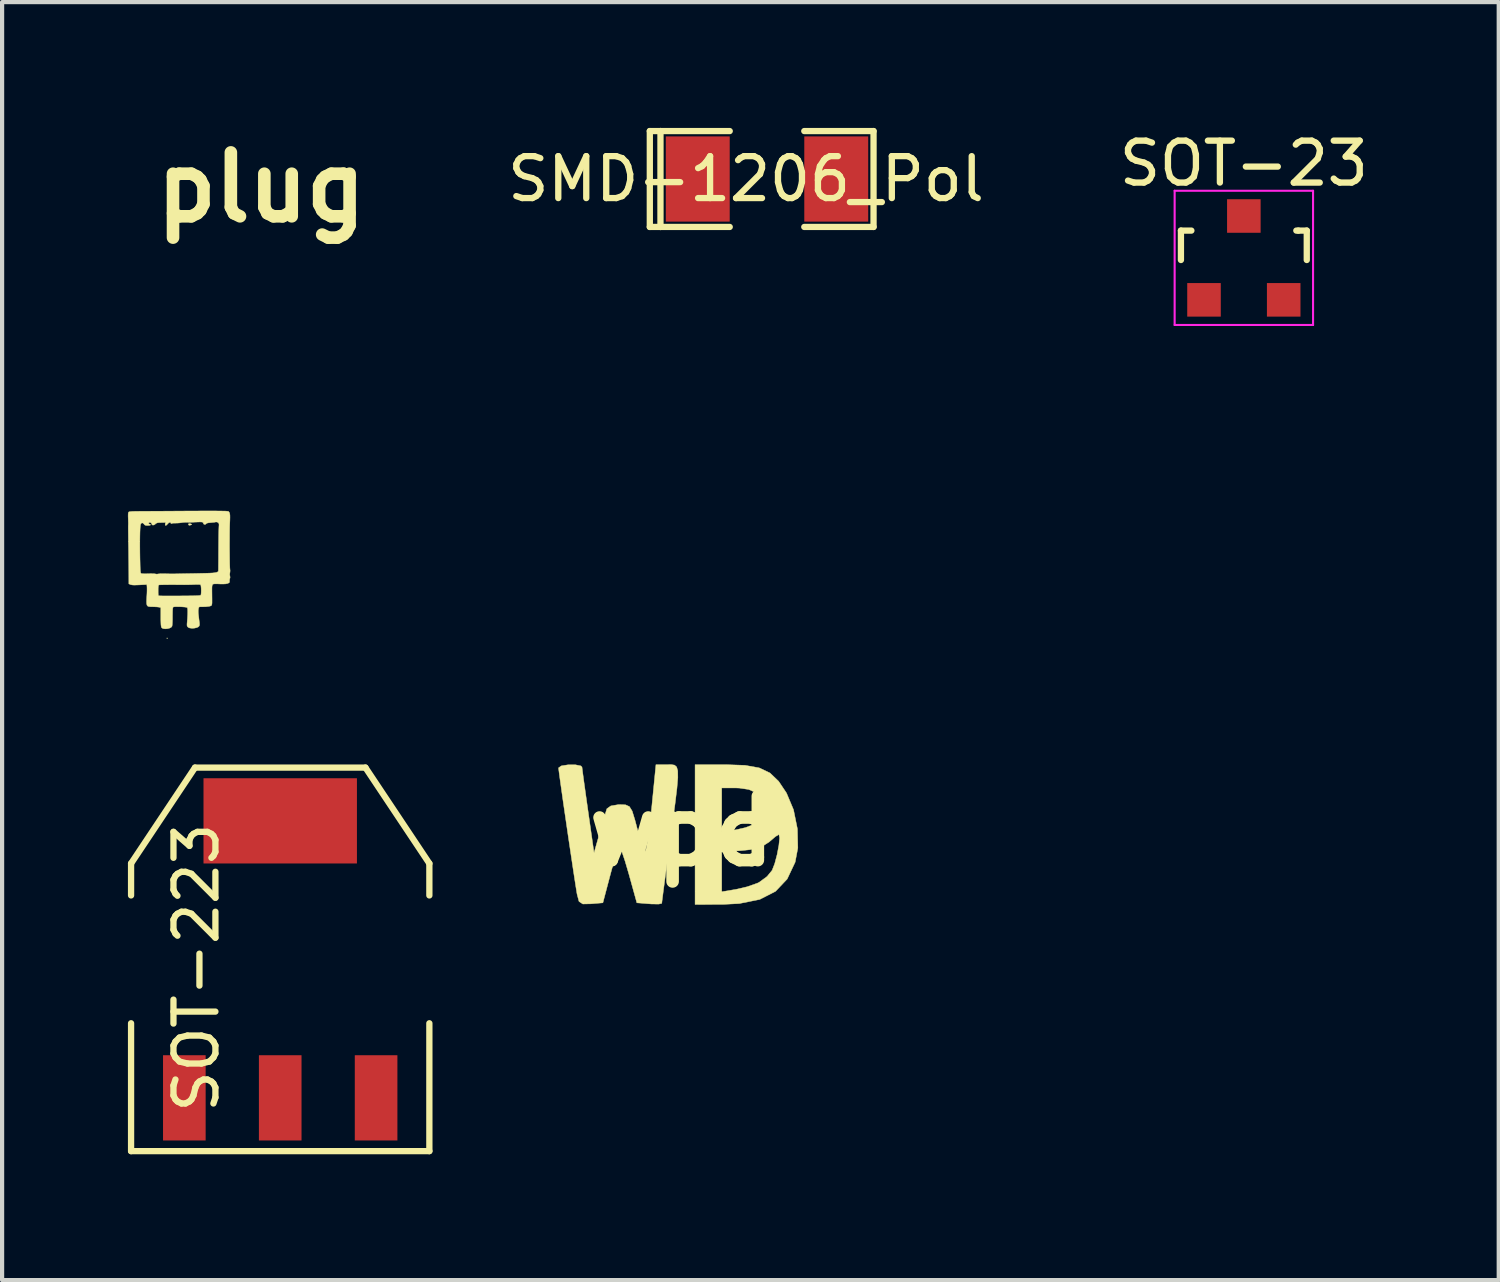
<source format=kicad_pcb>
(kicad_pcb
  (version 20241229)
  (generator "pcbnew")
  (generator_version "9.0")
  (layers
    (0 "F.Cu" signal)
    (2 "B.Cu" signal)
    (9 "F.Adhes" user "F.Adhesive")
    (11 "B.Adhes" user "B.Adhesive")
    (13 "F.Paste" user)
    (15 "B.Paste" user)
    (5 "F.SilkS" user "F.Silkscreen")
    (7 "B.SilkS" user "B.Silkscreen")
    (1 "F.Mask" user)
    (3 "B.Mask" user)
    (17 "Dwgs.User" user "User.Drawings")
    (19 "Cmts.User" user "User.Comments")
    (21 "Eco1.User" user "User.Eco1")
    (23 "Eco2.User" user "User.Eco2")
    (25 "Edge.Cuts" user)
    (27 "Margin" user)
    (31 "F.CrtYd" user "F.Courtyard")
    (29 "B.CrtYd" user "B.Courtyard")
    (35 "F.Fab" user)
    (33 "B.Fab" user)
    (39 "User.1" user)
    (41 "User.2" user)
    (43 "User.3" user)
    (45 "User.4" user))
  (footprint "SMD-1206_Pol"
    (layer "F.Cu")
    (at 15.237 1.218)
    (property "Reference" "SMD-1206_Pol" (at -0.5 0 0) (layer "F.SilkS") (effects (font (size 1 1) (thickness 0.15))))
    (attr smd)
    (fp_line (start -2.794 -1.143) (end -2.794 1.143) (stroke (width 0.15) (type solid)) (layer "F.SilkS"))
    (fp_line (start -2.794 1.143) (end -2.54 1.143) (stroke (width 0.15) (type solid)) (layer "F.SilkS"))
    (fp_line (start -2.54 -1.143) (end -2.794 -1.143) (stroke (width 0.15) (type solid)) (layer "F.SilkS"))
    (fp_line (start -2.54 -1.143) (end -2.54 1.143) (stroke (width 0.15) (type solid)) (layer "F.SilkS"))
    (fp_line (start -2.54 1.143) (end -0.889 1.143) (stroke (width 0.15) (type solid)) (layer "F.SilkS"))
    (fp_line (start -0.889 -1.143) (end -2.54 -1.143) (stroke (width 0.15) (type solid)) (layer "F.SilkS"))
    (fp_line (start 0.889 -1.143) (end 2.54 -1.143) (stroke (width 0.15) (type solid)) (layer "F.SilkS"))
    (fp_line (start 2.54 -1.143) (end 2.54 1.143) (stroke (width 0.15) (type solid)) (layer "F.SilkS"))
    (fp_line (start 2.54 1.143) (end 0.889 1.143) (stroke (width 0.15) (type solid)) (layer "F.SilkS"))
    (pad "1" smd rect (at -1.651 0) (size 1.524 2.032) (layers "F.Cu" "F.Mask" "F.Paste"))
    (pad "2" smd rect (at 1.651 0) (size 1.524 2.032) (layers "F.Cu" "F.Mask" "F.Paste")))
  (footprint "wpd"
    (layer "F.Cu")
    (at 13.204 16.768)
    (property "Reference" "wpd" (at 0 0 0) (layer "F.SilkS") (effects (font (size 1.524 1.524) (thickness 0.3))))
    (attr through_hole)
    (fp_poly (pts (xy 1.052 -1.587) (xy 1.51 -1.571) (xy 1.849 -1.51) (xy 2.103 -1.389) (xy 2.31 -1.191) (xy 2.498 -0.91) (xy 2.665 -0.513) (xy 2.758 -0.055) (xy 2.768 0.4) (xy 2.704 0.738) (xy 2.514 1.14) (xy 2.237 1.433) (xy 1.86 1.626) (xy 1.369 1.725) (xy 0.972 1.745) (xy 0.318 1.746) (xy 0.318 0.495) (xy 0.953 0.495) (xy 0.953 1.443) (xy 1.29 1.387) (xy 1.561 1.324) (xy 1.803 1.239) (xy 1.843 1.22) (xy 2.035 1.079) (xy 2.155 0.932) (xy 2.217 0.773) (xy 2.274 0.557) (xy 2.316 0.336) (xy 2.334 0.16) (xy 2.318 0.08) (xy 2.314 0.079) (xy 2.233 0.128) (xy 2.095 0.246) (xy 2.088 0.253) (xy 1.901 0.372) (xy 1.629 0.44) (xy 1.428 0.461) (xy 0.953 0.495) (xy 0.318 0.495) (xy 0.318 -1.032) (xy 0.953 -1.032) (xy 0.953 0.02) (xy 1.286 -0.033) (xy 1.519 -0.086) (xy 1.693 -0.153) (xy 1.722 -0.172) (xy 1.795 -0.315) (xy 1.823 -0.538) (xy 1.804 -0.766) (xy 1.738 -0.929) (xy 1.73 -0.937) (xy 1.596 -0.996) (xy 1.375 -1.029) (xy 1.294 -1.032) (xy 0.953 -1.032) (xy 0.318 -1.032) (xy 0.318 -1.587) (xy 1.052 -1.587)) (stroke (width 0.01) (type solid)) (fill yes) (layer "F.SilkS"))
    (fp_poly (pts (xy -0.171 -1.576) (xy -0.121 -1.532) (xy -0.095 -1.439) (xy -0.093 -1.277) (xy -0.114 -1.026) (xy -0.157 -0.67) (xy -0.222 -0.187) (xy -0.278 0.227) (xy -0.341 0.689) (xy -0.395 1.095) (xy -0.438 1.419) (xy -0.466 1.635) (xy -0.476 1.72) (xy -0.546 1.737) (xy -0.719 1.735) (xy -0.773 1.731) (xy -1.07 1.707) (xy -1.263 1.012) (xy -1.351 0.713) (xy -1.427 0.487) (xy -1.48 0.367) (xy -1.495 0.357) (xy -1.531 0.447) (xy -1.596 0.652) (xy -1.676 0.935) (xy -1.707 1.051) (xy -1.88 1.707) (xy -2.166 1.731) (xy -2.358 1.735) (xy -2.449 1.675) (xy -2.493 1.511) (xy -2.497 1.493) (xy -2.531 1.282) (xy -2.579 0.971) (xy -2.636 0.59) (xy -2.699 0.169) (xy -2.762 -0.262) (xy -2.822 -0.672) (xy -2.873 -1.032) (xy -2.912 -1.31) (xy -2.934 -1.478) (xy -2.937 -1.511) (xy -2.87 -1.558) (xy -2.713 -1.583) (xy -2.536 -1.584) (xy -2.405 -1.557) (xy -2.378 -1.528) (xy -2.366 -1.431) (xy -2.336 -1.208) (xy -2.292 -0.893) (xy -2.239 -0.517) (xy -2.233 -0.476) (xy -2.091 0.516) (xy -1.955 0.04) (xy -1.877 -0.228) (xy -1.815 -0.44) (xy -1.785 -0.536) (xy -1.691 -0.603) (xy -1.506 -0.635) (xy -1.481 -0.635) (xy -1.339 -0.629) (xy -1.248 -0.588) (xy -1.182 -0.481) (xy -1.117 -0.272) (xy -1.066 -0.079) (xy -0.989 0.191) (xy -0.921 0.389) (xy -0.874 0.475) (xy -0.871 0.476) (xy -0.844 0.402) (xy -0.808 0.199) (xy -0.767 -0.104) (xy -0.725 -0.476) (xy -0.717 -0.556) (xy -0.615 -1.587) (xy -0.347 -1.587) (xy -0.246 -1.588) (xy -0.171 -1.576)) (stroke (width 0.01) (type solid)) (fill yes) (layer "F.SilkS")))
  (footprint "SOT-223"
    (layer "F.Cu")
    (at 3.631 19.823)
    (property "Reference" "SOT-223" (at -2 0.198 90) (layer "F.SilkS") (effects (font (size 1 1) (thickness 0.15))))
    (attr smd)
    (fp_line (start -3.556 -2.286) (end -2.032 -4.572) (stroke (width 0.15) (type solid)) (layer "F.SilkS"))
    (fp_line (start -3.556 -1.524) (end -3.556 -2.286) (stroke (width 0.15) (type solid)) (layer "F.SilkS"))
    (fp_line (start -3.556 1.524) (end -3.556 4.572) (stroke (width 0.15) (type solid)) (layer "F.SilkS"))
    (fp_line (start -3.556 4.572) (end 3.556 4.572) (stroke (width 0.15) (type solid)) (layer "F.SilkS"))
    (fp_line (start -2.032 -4.572) (end 2.032 -4.572) (stroke (width 0.15) (type solid)) (layer "F.SilkS"))
    (fp_line (start 2.032 -4.572) (end 3.556 -2.286) (stroke (width 0.15) (type solid)) (layer "F.SilkS"))
    (fp_line (start 3.556 -2.286) (end 3.556 -1.524) (stroke (width 0.15) (type solid)) (layer "F.SilkS"))
    (fp_line (start 3.556 4.572) (end 3.556 1.524) (stroke (width 0.15) (type solid)) (layer "F.SilkS"))
    (pad "1" smd rect (at -2.286 3.302) (size 1.016 2.032) (layers "F.Cu" "F.Mask" "F.Paste"))
    (pad "2" smd rect (at 0 3.302) (size 1.016 2.032) (layers "F.Cu" "F.Mask" "F.Paste"))
    (pad "3" smd rect (at 2.286 3.302) (size 1.016 2.032) (layers "F.Cu" "F.Mask" "F.Paste"))
    (pad "4" smd rect (at 0 -3.302) (size 3.658 2.032) (layers "F.Cu" "F.Mask" "F.Paste")))
  (footprint "SOT-23"
    (layer "F.Cu")
    (at 26.606 3.098)
    (property "Reference" "SOT-23" (at 0 -2.25 0) (layer "F.SilkS") (effects (font (size 1 1) (thickness 0.15))))
    (attr smd)
    (fp_line (start -1.5 -0.65) (end -1.251 -0.65) (stroke (width 0.15) (type solid)) (layer "F.SilkS"))
    (fp_line (start -1.5 0.051) (end -1.5 -0.65) (stroke (width 0.15) (type solid)) (layer "F.SilkS"))
    (fp_line (start 1.299 -0.65) (end 1.251 -0.65) (stroke (width 0.15) (type solid)) (layer "F.SilkS"))
    (fp_line (start 1.299 -0.65) (end 1.5 -0.65) (stroke (width 0.15) (type solid)) (layer "F.SilkS"))
    (fp_line (start 1.5 -0.65) (end 1.5 0.051) (stroke (width 0.15) (type solid)) (layer "F.SilkS"))
    (fp_line (start -1.65 -1.6) (end 1.65 -1.6) (stroke (width 0.05) (type solid)) (layer "F.CrtYd"))
    (fp_line (start -1.65 1.6) (end -1.65 -1.6) (stroke (width 0.05) (type solid)) (layer "F.CrtYd"))
    (fp_line (start 1.65 -1.6) (end 1.65 1.6) (stroke (width 0.05) (type solid)) (layer "F.CrtYd"))
    (fp_line (start 1.65 1.6) (end -1.65 1.6) (stroke (width 0.05) (type solid)) (layer "F.CrtYd"))
    (pad "1" smd rect (at 0 -0.998) (size 0.8 0.8) (layers "F.Cu" "F.Mask" "F.Paste"))
    (pad "2" smd rect (at -0.95 1.001) (size 0.8 0.8) (layers "F.Cu" "F.Mask" "F.Paste"))
    (pad "3" smd rect (at 0.95 1.001) (size 0.8 0.8) (layers "F.Cu" "F.Mask" "F.Paste")))
  (footprint "plug"
    (layer "F.Cu")
    (at 2.18 10.418)
    (property "Reference" "plug" (at 1 -9 0) (layer "F.SilkS") (effects (font (size 1.524 1.524) (thickness 0.3))))
    (attr through_hole)
    (fp_poly (pts (xy -1.236 1.744) (xy -1.238 1.752) (xy -1.245 1.753) (xy -1.255 1.748) (xy -1.253 1.744) (xy -1.238 1.743) (xy -1.236 1.744)) (stroke (width 0.01) (type solid)) (fill yes) (layer "F.SilkS"))
    (fp_poly (pts (xy -0.668 -0.973) (xy -0.659 -0.964) (xy -0.675 -0.954) (xy -0.693 -0.948) (xy -0.718 -0.945) (xy -0.728 -0.948) (xy -0.739 -0.969) (xy -0.729 -0.982) (xy -0.702 -0.983) (xy -0.668 -0.973)) (stroke (width 0.01) (type solid)) (fill yes) (layer "F.SilkS"))
    (fp_poly (pts (xy -0.125 -1.286) (xy -0.03 -1.285) (xy 0.046 -1.284) (xy 0.107 -1.283) (xy 0.152 -1.282) (xy 0.185 -1.279) (xy 0.206 -1.277) (xy 0.217 -1.274) (xy 0.219 -1.273) (xy 0.235 -1.254) (xy 0.246 -1.227) (xy 0.252 -1.188) (xy 0.253 -1.133) (xy 0.251 -1.058) (xy 0.249 -1.016) (xy 0.247 -0.968) (xy 0.245 -0.901) (xy 0.244 -0.819) (xy 0.243 -0.726) (xy 0.243 -0.625) (xy 0.242 -0.519) (xy 0.242 -0.412) (xy 0.243 -0.307) (xy 0.244 -0.206) (xy 0.245 -0.115) (xy 0.246 -0.036) (xy 0.248 0.028) (xy 0.25 0.073) (xy 0.252 0.095) (xy 0.256 0.14) (xy 0.252 0.184) (xy 0.25 0.189) (xy 0.246 0.233) (xy 0.251 0.259) (xy 0.256 0.297) (xy 0.252 0.317) (xy 0.243 0.351) (xy 0.242 0.374) (xy 0.242 0.407) (xy 0.232 0.426) (xy 0.205 0.439) (xy 0.191 0.444) (xy 0.149 0.453) (xy 0.09 0.456) (xy 0.009 0.455) (xy 0.000028 0.454) (xy -0.064 0.452) (xy -0.108 0.452) (xy -0.136 0.455) (xy -0.154 0.462) (xy -0.16 0.467) (xy -0.167 0.478) (xy -0.172 0.495) (xy -0.176 0.524) (xy -0.177 0.567) (xy -0.177 0.628) (xy -0.176 0.71) (xy -0.176 0.721) (xy -0.175 0.804) (xy -0.175 0.865) (xy -0.175 0.908) (xy -0.178 0.937) (xy -0.182 0.955) (xy -0.189 0.966) (xy -0.195 0.972) (xy -0.222 0.983) (xy -0.269 0.991) (xy -0.327 0.997) (xy -0.392 0.999) (xy -0.431 0.999) (xy -0.466 0.999) (xy -0.484 1.006) (xy -0.494 1.026) (xy -0.499 1.048) (xy -0.504 1.091) (xy -0.503 1.143) (xy -0.501 1.168) (xy -0.495 1.219) (xy -0.489 1.269) (xy -0.487 1.289) (xy -0.481 1.336) (xy -0.475 1.383) (xy -0.475 1.386) (xy -0.473 1.424) (xy -0.48 1.455) (xy -0.481 1.457) (xy -0.506 1.481) (xy -0.549 1.498) (xy -0.601 1.509) (xy -0.656 1.511) (xy -0.706 1.505) (xy -0.743 1.489) (xy -0.747 1.485) (xy -0.764 1.466) (xy -0.771 1.444) (xy -0.771 1.41) (xy -0.769 1.386) (xy -0.76 1.273) (xy -0.755 1.179) (xy -0.754 1.105) (xy -0.756 1.052) (xy -0.763 1.023) (xy -0.766 1.018) (xy -0.786 1.011) (xy -0.826 1.005) (xy -0.877 1.001) (xy -0.935 0.998) (xy -0.993 0.997) (xy -1.044 0.997) (xy -1.082 1) (xy -1.102 1.006) (xy -1.108 1.02) (xy -1.113 1.05) (xy -1.116 1.1) (xy -1.117 1.171) (xy -1.118 1.226) (xy -1.118 1.299) (xy -1.12 1.364) (xy -1.123 1.417) (xy -1.127 1.454) (xy -1.13 1.465) (xy -1.151 1.49) (xy -1.19 1.509) (xy -1.239 1.521) (xy -1.291 1.525) (xy -1.337 1.519) (xy -1.366 1.506) (xy -1.375 1.497) (xy -1.383 1.482) (xy -1.388 1.46) (xy -1.392 1.426) (xy -1.394 1.378) (xy -1.396 1.313) (xy -1.396 1.228) (xy -1.396 1.16) (xy -1.396 1.019) (xy -1.432 1.009) (xy -1.46 1.005) (xy -1.505 1.001) (xy -1.561 0.999) (xy -1.587 0.998) (xy -1.641 0.997) (xy -1.681 0.993) (xy -1.708 0.983) (xy -1.725 0.962) (xy -1.733 0.929) (xy -1.735 0.879) (xy -1.733 0.809) (xy -1.73 0.754) (xy -1.726 0.684) (xy -1.724 0.618) (xy -1.724 0.607) (xy -1.459 0.607) (xy -1.459 0.66) (xy -1.458 0.703) (xy -1.456 0.73) (xy -1.455 0.736) (xy -1.441 0.737) (xy -1.405 0.739) (xy -1.35 0.74) (xy -1.277 0.74) (xy -1.189 0.741) (xy -1.09 0.741) (xy -0.982 0.74) (xy -0.952 0.74) (xy -0.82 0.739) (xy -0.712 0.738) (xy -0.625 0.737) (xy -0.558 0.735) (xy -0.508 0.733) (xy -0.474 0.73) (xy -0.453 0.726) (xy -0.443 0.722) (xy -0.443 0.721) (xy -0.436 0.699) (xy -0.433 0.66) (xy -0.432 0.611) (xy -0.433 0.561) (xy -0.437 0.517) (xy -0.442 0.485) (xy -0.448 0.473) (xy -0.468 0.468) (xy -0.508 0.466) (xy -0.564 0.467) (xy -0.591 0.468) (xy -0.665 0.471) (xy -0.75 0.473) (xy -0.828 0.474) (xy -0.845 0.474) (xy -0.964 0.473) (xy -1.077 0.472) (xy -1.179 0.472) (xy -1.268 0.473) (xy -1.342 0.474) (xy -1.397 0.475) (xy -1.432 0.477) (xy -1.442 0.478) (xy -1.451 0.489) (xy -1.456 0.515) (xy -1.459 0.559) (xy -1.459 0.607) (xy -1.724 0.607) (xy -1.724 0.564) (xy -1.725 0.527) (xy -1.725 0.522) (xy -1.73 0.468) (xy -1.905 0.477) (xy -1.982 0.48) (xy -2.039 0.481) (xy -2.079 0.478) (xy -2.107 0.473) (xy -2.119 0.469) (xy -2.158 0.452) (xy -2.159 0.153) (xy -2.16 0.056) (xy -2.161 -0.059) (xy -2.163 -0.184) (xy -2.164 -0.313) (xy -2.166 -0.437) (xy -2.166 -0.438) (xy -1.896 -0.438) (xy -1.895 -0.302) (xy -1.893 -0.158) (xy -1.891 -0.079) (xy -1.889 0.014) (xy -1.887 0.084) (xy -1.884 0.135) (xy -1.88 0.169) (xy -1.876 0.191) (xy -1.869 0.202) (xy -1.867 0.204) (xy -1.846 0.209) (xy -1.805 0.212) (xy -1.749 0.213) (xy -1.695 0.211) (xy -1.634 0.21) (xy -1.579 0.211) (xy -1.538 0.213) (xy -1.518 0.217) (xy -1.488 0.221) (xy -1.473 0.218) (xy -1.452 0.215) (xy -1.413 0.212) (xy -1.363 0.211) (xy -1.34 0.211) (xy -1.28 0.212) (xy -1.223 0.213) (xy -1.178 0.214) (xy -1.168 0.214) (xy -1.134 0.214) (xy -1.078 0.214) (xy -1.002 0.213) (xy -0.909 0.211) (xy -0.804 0.209) (xy -0.688 0.207) (xy -0.565 0.205) (xy -0.437 0.202) (xy -0.343 0.2) (xy -0.242 0.197) (xy -0.164 0.193) (xy -0.107 0.187) (xy -0.066 0.179) (xy -0.041 0.168) (xy -0.027 0.154) (xy -0.023 0.141) (xy -0.023 0.124) (xy -0.022 0.085) (xy -0.022 0.026) (xy -0.021 -0.051) (xy -0.02 -0.141) (xy -0.02 -0.243) (xy -0.019 -0.353) (xy -0.019 -0.4) (xy -0.018 -0.514) (xy -0.017 -0.62) (xy -0.016 -0.716) (xy -0.014 -0.8) (xy -0.012 -0.867) (xy -0.01 -0.917) (xy -0.008 -0.944) (xy -0.008 -0.949) (xy -0.009 -0.981) (xy -0.028 -1.008) (xy -0.059 -1.023) (xy -0.087 -1.023) (xy -0.116 -1.017) (xy -0.162 -1.012) (xy -0.213 -1.007) (xy -0.214 -1.007) (xy -0.271 -1.001) (xy -0.305 -0.991) (xy -0.313 -0.983) (xy -0.33 -0.967) (xy -0.354 -0.965) (xy -0.374 -0.974) (xy -0.381 -0.99) (xy -0.384 -1.005) (xy -0.396 -1.016) (xy -0.42 -1.022) (xy -0.461 -1.024) (xy -0.521 -1.022) (xy -0.552 -1.021) (xy -0.62 -1.018) (xy -0.668 -1.016) (xy -0.703 -1.015) (xy -0.731 -1.015) (xy -0.76 -1.016) (xy -0.787 -1.017) (xy -0.838 -1.015) (xy -0.892 -1.009) (xy -0.902 -1.007) (xy -0.945 -1.001) (xy -1 -0.997) (xy -1.051 -0.996) (xy -1.097 -0.995) (xy -1.131 -0.991) (xy -1.148 -0.985) (xy -1.148 -0.984) (xy -1.153 -0.983) (xy -1.155 -0.994) (xy -1.164 -1.013) (xy -1.184 -1.014) (xy -1.211 -1) (xy -1.232 -0.978) (xy -1.259 -0.949) (xy -1.28 -0.94) (xy -1.291 -0.95) (xy -1.29 -0.976) (xy -1.282 -1.012) (xy -1.388 -1.009) (xy -1.441 -1.008) (xy -1.476 -1.003) (xy -1.5 -0.995) (xy -1.519 -0.982) (xy -1.526 -0.974) (xy -1.557 -0.953) (xy -1.586 -0.948) (xy -1.607 -0.959) (xy -1.613 -0.979) (xy -1.624 -1) (xy -1.648 -1.012) (xy -1.673 -1.011) (xy -1.676 -1.01) (xy -1.689 -0.993) (xy -1.677 -0.978) (xy -1.664 -0.972) (xy -1.641 -0.96) (xy -1.641 -0.95) (xy -1.663 -0.943) (xy -1.703 -0.94) (xy -1.707 -0.94) (xy -1.749 -0.941) (xy -1.774 -0.949) (xy -1.791 -0.964) (xy -1.796 -0.972) (xy -1.823 -0.998) (xy -1.85 -1.001) (xy -1.872 -0.98) (xy -1.881 -0.954) (xy -1.886 -0.916) (xy -1.89 -0.856) (xy -1.893 -0.776) (xy -1.895 -0.678) (xy -1.896 -0.564) (xy -1.896 -0.438) (xy -2.166 -0.438) (xy -2.168 -0.527) (xy -2.169 -0.624) (xy -2.17 -0.715) (xy -2.171 -0.794) (xy -2.172 -0.86) (xy -2.172 -0.909) (xy -2.172 -0.936) (xy -2.171 -0.94) (xy -2.17 -0.973) (xy -2.17 -1.016) (xy -2.171 -1.029) (xy -2.172 -1.074) (xy -2.174 -1.13) (xy -2.175 -1.165) (xy -2.174 -1.22) (xy -2.166 -1.253) (xy -2.162 -1.26) (xy -2.149 -1.266) (xy -2.122 -1.27) (xy -2.078 -1.274) (xy -2.015 -1.276) (xy -1.931 -1.277) (xy -1.882 -1.278) (xy -1.824 -1.278) (xy -1.744 -1.278) (xy -1.644 -1.279) (xy -1.527 -1.28) (xy -1.396 -1.28) (xy -1.254 -1.281) (xy -1.104 -1.282) (xy -0.949 -1.283) (xy -0.791 -1.284) (xy -0.71 -1.284) (xy -0.529 -1.285) (xy -0.373 -1.286) (xy -0.238 -1.286) (xy -0.125 -1.286)) (stroke (width 0.01) (type solid)) (fill yes) (layer "F.SilkS")))
  (gr_rect
    (start -3 -3)
    (end 32.683 27.47)
    (stroke (width 0.1) (type default))
    (fill no)
    (layer "Edge.Cuts")))
</source>
